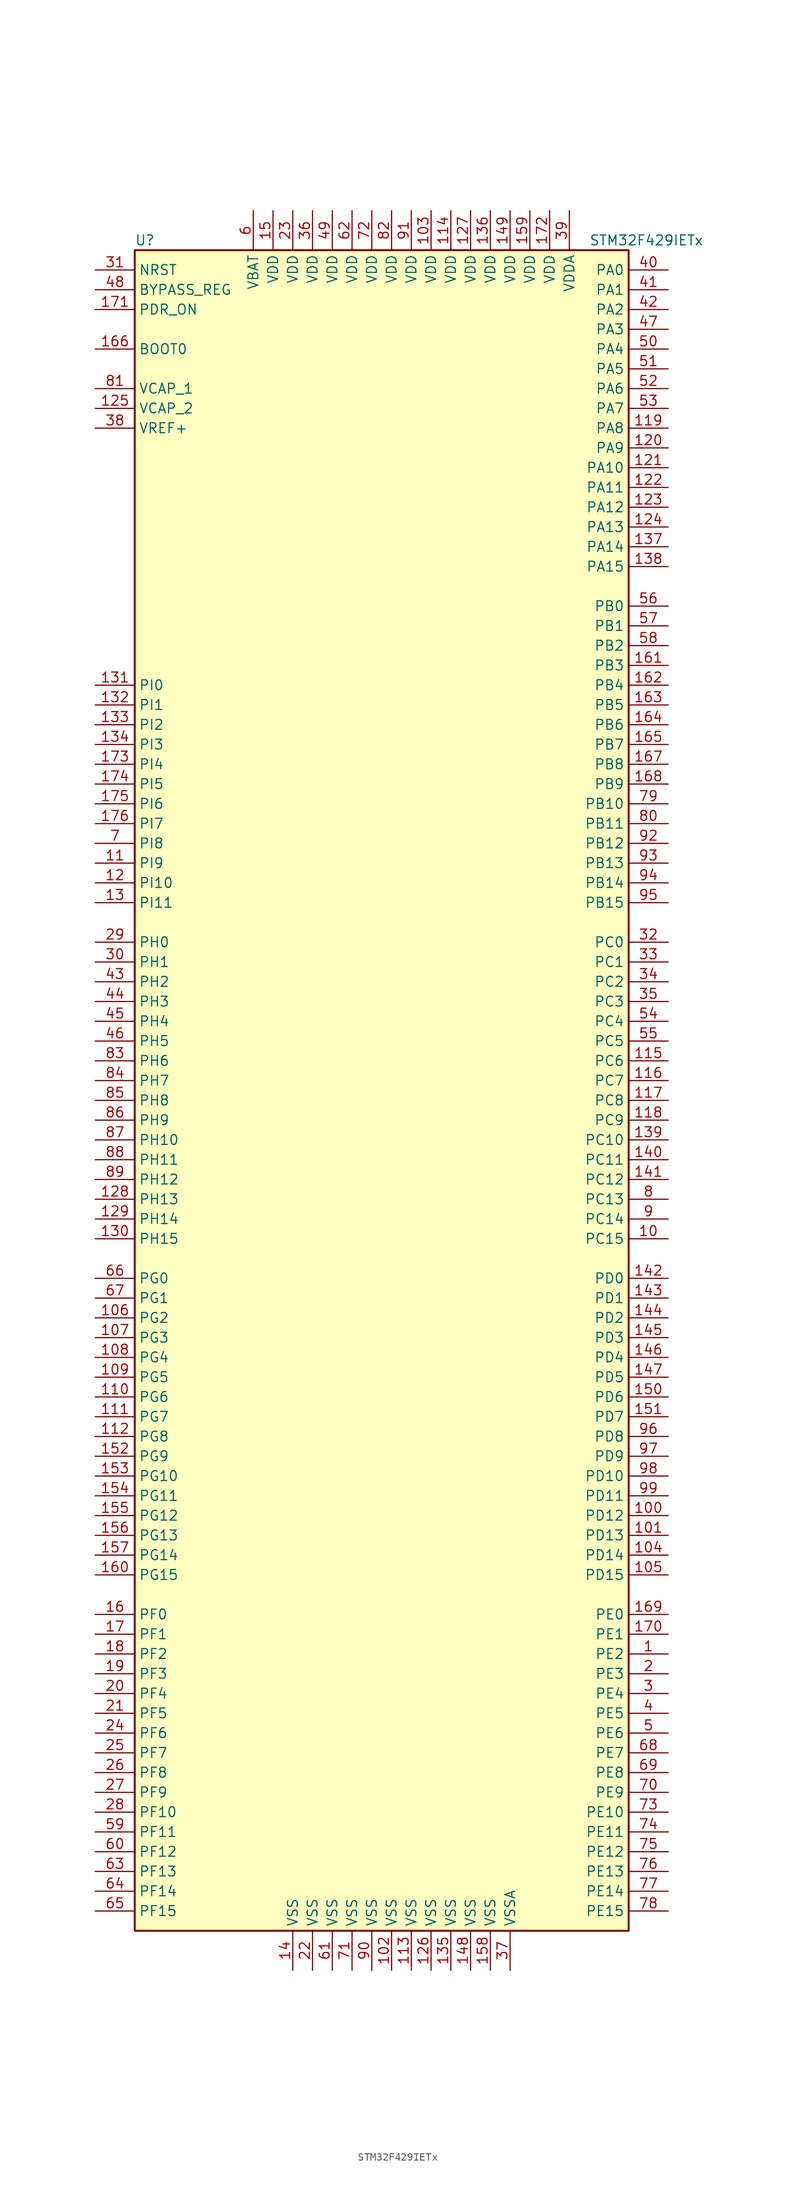
<source format=kicad_sym>
(kicad_symbol_lib
  (version 20201005)
  (generator kicad_symbol_editor)
  (symbol "STM32F429IETx"
    (property "Reference" "U"
      (at -33.02 107.95 0)
      (effects (font (size 1.27 1.27)) (justify left)))
    (property "Value" "STM32F429IETx"
      (at 25.4 107.95 0)
      (effects (font (size 1.27 1.27)) (justify left)))
    (symbol "STM32F429IETx_0_1"
      (rectangle (start -33.02 -109.22) (end 30.48 106.68) (stroke (width 0.254)) (fill (type background))))
    (symbol "STM32F429IETx_1_1"
      (pin input line (at -38.1 93.98 0) (length 5.08) (name "BOOT0" (effects (font (size 1.27 1.27)))) (number "166" (effects (font (size 1.27 1.27)))))
      (pin input line (at -38.1 101.6 0) (length 5.08) (name "BYPASS_REG" (effects (font (size 1.27 1.27)))) (number "48" (effects (font (size 1.27 1.27)))))
      (pin input line (at -38.1 104.14 0) (length 5.08) (name "NRST" (effects (font (size 1.27 1.27)))) (number "31" (effects (font (size 1.27 1.27)))))
      (pin bidirectional line (at 35.56 104.14 180) (length 5.08) (name "PA0" (effects (font (size 1.27 1.27)))) (number "40" (effects (font (size 1.27 1.27)))))
      (pin bidirectional line (at 35.56 101.6 180) (length 5.08) (name "PA1" (effects (font (size 1.27 1.27)))) (number "41" (effects (font (size 1.27 1.27)))))
      (pin bidirectional line (at 35.56 78.74 180) (length 5.08) (name "PA10" (effects (font (size 1.27 1.27)))) (number "121" (effects (font (size 1.27 1.27)))))
      (pin bidirectional line (at 35.56 76.2 180) (length 5.08) (name "PA11" (effects (font (size 1.27 1.27)))) (number "122" (effects (font (size 1.27 1.27)))))
      (pin bidirectional line (at 35.56 73.66 180) (length 5.08) (name "PA12" (effects (font (size 1.27 1.27)))) (number "123" (effects (font (size 1.27 1.27)))))
      (pin bidirectional line (at 35.56 71.12 180) (length 5.08) (name "PA13" (effects (font (size 1.27 1.27)))) (number "124" (effects (font (size 1.27 1.27)))))
      (pin bidirectional line (at 35.56 68.58 180) (length 5.08) (name "PA14" (effects (font (size 1.27 1.27)))) (number "137" (effects (font (size 1.27 1.27)))))
      (pin bidirectional line (at 35.56 66.04 180) (length 5.08) (name "PA15" (effects (font (size 1.27 1.27)))) (number "138" (effects (font (size 1.27 1.27)))))
      (pin bidirectional line (at 35.56 99.06 180) (length 5.08) (name "PA2" (effects (font (size 1.27 1.27)))) (number "42" (effects (font (size 1.27 1.27)))))
      (pin bidirectional line (at 35.56 96.52 180) (length 5.08) (name "PA3" (effects (font (size 1.27 1.27)))) (number "47" (effects (font (size 1.27 1.27)))))
      (pin bidirectional line (at 35.56 93.98 180) (length 5.08) (name "PA4" (effects (font (size 1.27 1.27)))) (number "50" (effects (font (size 1.27 1.27)))))
      (pin bidirectional line (at 35.56 91.44 180) (length 5.08) (name "PA5" (effects (font (size 1.27 1.27)))) (number "51" (effects (font (size 1.27 1.27)))))
      (pin bidirectional line (at 35.56 88.9 180) (length 5.08) (name "PA6" (effects (font (size 1.27 1.27)))) (number "52" (effects (font (size 1.27 1.27)))))
      (pin bidirectional line (at 35.56 86.36 180) (length 5.08) (name "PA7" (effects (font (size 1.27 1.27)))) (number "53" (effects (font (size 1.27 1.27)))))
      (pin bidirectional line (at 35.56 83.82 180) (length 5.08) (name "PA8" (effects (font (size 1.27 1.27)))) (number "119" (effects (font (size 1.27 1.27)))))
      (pin bidirectional line (at 35.56 81.28 180) (length 5.08) (name "PA9" (effects (font (size 1.27 1.27)))) (number "120" (effects (font (size 1.27 1.27)))))
      (pin bidirectional line (at 35.56 60.96 180) (length 5.08) (name "PB0" (effects (font (size 1.27 1.27)))) (number "56" (effects (font (size 1.27 1.27)))))
      (pin bidirectional line (at 35.56 58.42 180) (length 5.08) (name "PB1" (effects (font (size 1.27 1.27)))) (number "57" (effects (font (size 1.27 1.27)))))
      (pin bidirectional line (at 35.56 35.56 180) (length 5.08) (name "PB10" (effects (font (size 1.27 1.27)))) (number "79" (effects (font (size 1.27 1.27)))))
      (pin bidirectional line (at 35.56 33.02 180) (length 5.08) (name "PB11" (effects (font (size 1.27 1.27)))) (number "80" (effects (font (size 1.27 1.27)))))
      (pin bidirectional line (at 35.56 30.48 180) (length 5.08) (name "PB12" (effects (font (size 1.27 1.27)))) (number "92" (effects (font (size 1.27 1.27)))))
      (pin bidirectional line (at 35.56 27.94 180) (length 5.08) (name "PB13" (effects (font (size 1.27 1.27)))) (number "93" (effects (font (size 1.27 1.27)))))
      (pin bidirectional line (at 35.56 25.4 180) (length 5.08) (name "PB14" (effects (font (size 1.27 1.27)))) (number "94" (effects (font (size 1.27 1.27)))))
      (pin bidirectional line (at 35.56 22.86 180) (length 5.08) (name "PB15" (effects (font (size 1.27 1.27)))) (number "95" (effects (font (size 1.27 1.27)))))
      (pin bidirectional line (at 35.56 55.88 180) (length 5.08) (name "PB2" (effects (font (size 1.27 1.27)))) (number "58" (effects (font (size 1.27 1.27)))))
      (pin bidirectional line (at 35.56 53.34 180) (length 5.08) (name "PB3" (effects (font (size 1.27 1.27)))) (number "161" (effects (font (size 1.27 1.27)))))
      (pin bidirectional line (at 35.56 50.8 180) (length 5.08) (name "PB4" (effects (font (size 1.27 1.27)))) (number "162" (effects (font (size 1.27 1.27)))))
      (pin bidirectional line (at 35.56 48.26 180) (length 5.08) (name "PB5" (effects (font (size 1.27 1.27)))) (number "163" (effects (font (size 1.27 1.27)))))
      (pin bidirectional line (at 35.56 45.72 180) (length 5.08) (name "PB6" (effects (font (size 1.27 1.27)))) (number "164" (effects (font (size 1.27 1.27)))))
      (pin bidirectional line (at 35.56 43.18 180) (length 5.08) (name "PB7" (effects (font (size 1.27 1.27)))) (number "165" (effects (font (size 1.27 1.27)))))
      (pin bidirectional line (at 35.56 40.64 180) (length 5.08) (name "PB8" (effects (font (size 1.27 1.27)))) (number "167" (effects (font (size 1.27 1.27)))))
      (pin bidirectional line (at 35.56 38.1 180) (length 5.08) (name "PB9" (effects (font (size 1.27 1.27)))) (number "168" (effects (font (size 1.27 1.27)))))
      (pin bidirectional line (at 35.56 17.78 180) (length 5.08) (name "PC0" (effects (font (size 1.27 1.27)))) (number "32" (effects (font (size 1.27 1.27)))))
      (pin bidirectional line (at 35.56 15.24 180) (length 5.08) (name "PC1" (effects (font (size 1.27 1.27)))) (number "33" (effects (font (size 1.27 1.27)))))
      (pin bidirectional line (at 35.56 -7.62 180) (length 5.08) (name "PC10" (effects (font (size 1.27 1.27)))) (number "139" (effects (font (size 1.27 1.27)))))
      (pin bidirectional line (at 35.56 -10.16 180) (length 5.08) (name "PC11" (effects (font (size 1.27 1.27)))) (number "140" (effects (font (size 1.27 1.27)))))
      (pin bidirectional line (at 35.56 -12.7 180) (length 5.08) (name "PC12" (effects (font (size 1.27 1.27)))) (number "141" (effects (font (size 1.27 1.27)))))
      (pin bidirectional line (at 35.56 -15.24 180) (length 5.08) (name "PC13" (effects (font (size 1.27 1.27)))) (number "8" (effects (font (size 1.27 1.27)))))
      (pin bidirectional line (at 35.56 -17.78 180) (length 5.08) (name "PC14" (effects (font (size 1.27 1.27)))) (number "9" (effects (font (size 1.27 1.27)))))
      (pin bidirectional line (at 35.56 -20.32 180) (length 5.08) (name "PC15" (effects (font (size 1.27 1.27)))) (number "10" (effects (font (size 1.27 1.27)))))
      (pin bidirectional line (at 35.56 12.7 180) (length 5.08) (name "PC2" (effects (font (size 1.27 1.27)))) (number "34" (effects (font (size 1.27 1.27)))))
      (pin bidirectional line (at 35.56 10.16 180) (length 5.08) (name "PC3" (effects (font (size 1.27 1.27)))) (number "35" (effects (font (size 1.27 1.27)))))
      (pin bidirectional line (at 35.56 7.62 180) (length 5.08) (name "PC4" (effects (font (size 1.27 1.27)))) (number "54" (effects (font (size 1.27 1.27)))))
      (pin bidirectional line (at 35.56 5.08 180) (length 5.08) (name "PC5" (effects (font (size 1.27 1.27)))) (number "55" (effects (font (size 1.27 1.27)))))
      (pin bidirectional line (at 35.56 2.54 180) (length 5.08) (name "PC6" (effects (font (size 1.27 1.27)))) (number "115" (effects (font (size 1.27 1.27)))))
      (pin bidirectional line (at 35.56 0 180) (length 5.08) (name "PC7" (effects (font (size 1.27 1.27)))) (number "116" (effects (font (size 1.27 1.27)))))
      (pin bidirectional line (at 35.56 -2.54 180) (length 5.08) (name "PC8" (effects (font (size 1.27 1.27)))) (number "117" (effects (font (size 1.27 1.27)))))
      (pin bidirectional line (at 35.56 -5.08 180) (length 5.08) (name "PC9" (effects (font (size 1.27 1.27)))) (number "118" (effects (font (size 1.27 1.27)))))
      (pin bidirectional line (at 35.56 -25.4 180) (length 5.08) (name "PD0" (effects (font (size 1.27 1.27)))) (number "142" (effects (font (size 1.27 1.27)))))
      (pin bidirectional line (at 35.56 -27.94 180) (length 5.08) (name "PD1" (effects (font (size 1.27 1.27)))) (number "143" (effects (font (size 1.27 1.27)))))
      (pin bidirectional line (at 35.56 -50.8 180) (length 5.08) (name "PD10" (effects (font (size 1.27 1.27)))) (number "98" (effects (font (size 1.27 1.27)))))
      (pin bidirectional line (at 35.56 -53.34 180) (length 5.08) (name "PD11" (effects (font (size 1.27 1.27)))) (number "99" (effects (font (size 1.27 1.27)))))
      (pin bidirectional line (at 35.56 -55.88 180) (length 5.08) (name "PD12" (effects (font (size 1.27 1.27)))) (number "100" (effects (font (size 1.27 1.27)))))
      (pin bidirectional line (at 35.56 -58.42 180) (length 5.08) (name "PD13" (effects (font (size 1.27 1.27)))) (number "101" (effects (font (size 1.27 1.27)))))
      (pin bidirectional line (at 35.56 -60.96 180) (length 5.08) (name "PD14" (effects (font (size 1.27 1.27)))) (number "104" (effects (font (size 1.27 1.27)))))
      (pin bidirectional line (at 35.56 -63.5 180) (length 5.08) (name "PD15" (effects (font (size 1.27 1.27)))) (number "105" (effects (font (size 1.27 1.27)))))
      (pin bidirectional line (at 35.56 -30.48 180) (length 5.08) (name "PD2" (effects (font (size 1.27 1.27)))) (number "144" (effects (font (size 1.27 1.27)))))
      (pin bidirectional line (at 35.56 -33.02 180) (length 5.08) (name "PD3" (effects (font (size 1.27 1.27)))) (number "145" (effects (font (size 1.27 1.27)))))
      (pin bidirectional line (at 35.56 -35.56 180) (length 5.08) (name "PD4" (effects (font (size 1.27 1.27)))) (number "146" (effects (font (size 1.27 1.27)))))
      (pin bidirectional line (at 35.56 -38.1 180) (length 5.08) (name "PD5" (effects (font (size 1.27 1.27)))) (number "147" (effects (font (size 1.27 1.27)))))
      (pin bidirectional line (at 35.56 -40.64 180) (length 5.08) (name "PD6" (effects (font (size 1.27 1.27)))) (number "150" (effects (font (size 1.27 1.27)))))
      (pin bidirectional line (at 35.56 -43.18 180) (length 5.08) (name "PD7" (effects (font (size 1.27 1.27)))) (number "151" (effects (font (size 1.27 1.27)))))
      (pin bidirectional line (at 35.56 -45.72 180) (length 5.08) (name "PD8" (effects (font (size 1.27 1.27)))) (number "96" (effects (font (size 1.27 1.27)))))
      (pin bidirectional line (at 35.56 -48.26 180) (length 5.08) (name "PD9" (effects (font (size 1.27 1.27)))) (number "97" (effects (font (size 1.27 1.27)))))
      (pin input line (at -38.1 99.06 0) (length 5.08) (name "PDR_ON" (effects (font (size 1.27 1.27)))) (number "171" (effects (font (size 1.27 1.27)))))
      (pin bidirectional line (at 35.56 -68.58 180) (length 5.08) (name "PE0" (effects (font (size 1.27 1.27)))) (number "169" (effects (font (size 1.27 1.27)))))
      (pin bidirectional line (at 35.56 -71.12 180) (length 5.08) (name "PE1" (effects (font (size 1.27 1.27)))) (number "170" (effects (font (size 1.27 1.27)))))
      (pin bidirectional line (at 35.56 -93.98 180) (length 5.08) (name "PE10" (effects (font (size 1.27 1.27)))) (number "73" (effects (font (size 1.27 1.27)))))
      (pin bidirectional line (at 35.56 -96.52 180) (length 5.08) (name "PE11" (effects (font (size 1.27 1.27)))) (number "74" (effects (font (size 1.27 1.27)))))
      (pin bidirectional line (at 35.56 -99.06 180) (length 5.08) (name "PE12" (effects (font (size 1.27 1.27)))) (number "75" (effects (font (size 1.27 1.27)))))
      (pin bidirectional line (at 35.56 -101.6 180) (length 5.08) (name "PE13" (effects (font (size 1.27 1.27)))) (number "76" (effects (font (size 1.27 1.27)))))
      (pin bidirectional line (at 35.56 -104.14 180) (length 5.08) (name "PE14" (effects (font (size 1.27 1.27)))) (number "77" (effects (font (size 1.27 1.27)))))
      (pin bidirectional line (at 35.56 -106.68 180) (length 5.08) (name "PE15" (effects (font (size 1.27 1.27)))) (number "78" (effects (font (size 1.27 1.27)))))
      (pin bidirectional line (at 35.56 -73.66 180) (length 5.08) (name "PE2" (effects (font (size 1.27 1.27)))) (number "1" (effects (font (size 1.27 1.27)))))
      (pin bidirectional line (at 35.56 -76.2 180) (length 5.08) (name "PE3" (effects (font (size 1.27 1.27)))) (number "2" (effects (font (size 1.27 1.27)))))
      (pin bidirectional line (at 35.56 -78.74 180) (length 5.08) (name "PE4" (effects (font (size 1.27 1.27)))) (number "3" (effects (font (size 1.27 1.27)))))
      (pin bidirectional line (at 35.56 -81.28 180) (length 5.08) (name "PE5" (effects (font (size 1.27 1.27)))) (number "4" (effects (font (size 1.27 1.27)))))
      (pin bidirectional line (at 35.56 -83.82 180) (length 5.08) (name "PE6" (effects (font (size 1.27 1.27)))) (number "5" (effects (font (size 1.27 1.27)))))
      (pin bidirectional line (at 35.56 -86.36 180) (length 5.08) (name "PE7" (effects (font (size 1.27 1.27)))) (number "68" (effects (font (size 1.27 1.27)))))
      (pin bidirectional line (at 35.56 -88.9 180) (length 5.08) (name "PE8" (effects (font (size 1.27 1.27)))) (number "69" (effects (font (size 1.27 1.27)))))
      (pin bidirectional line (at 35.56 -91.44 180) (length 5.08) (name "PE9" (effects (font (size 1.27 1.27)))) (number "70" (effects (font (size 1.27 1.27)))))
      (pin bidirectional line (at -38.1 -68.58 0) (length 5.08) (name "PF0" (effects (font (size 1.27 1.27)))) (number "16" (effects (font (size 1.27 1.27)))))
      (pin bidirectional line (at -38.1 -71.12 0) (length 5.08) (name "PF1" (effects (font (size 1.27 1.27)))) (number "17" (effects (font (size 1.27 1.27)))))
      (pin bidirectional line (at -38.1 -93.98 0) (length 5.08) (name "PF10" (effects (font (size 1.27 1.27)))) (number "28" (effects (font (size 1.27 1.27)))))
      (pin bidirectional line (at -38.1 -96.52 0) (length 5.08) (name "PF11" (effects (font (size 1.27 1.27)))) (number "59" (effects (font (size 1.27 1.27)))))
      (pin bidirectional line (at -38.1 -99.06 0) (length 5.08) (name "PF12" (effects (font (size 1.27 1.27)))) (number "60" (effects (font (size 1.27 1.27)))))
      (pin bidirectional line (at -38.1 -101.6 0) (length 5.08) (name "PF13" (effects (font (size 1.27 1.27)))) (number "63" (effects (font (size 1.27 1.27)))))
      (pin bidirectional line (at -38.1 -104.14 0) (length 5.08) (name "PF14" (effects (font (size 1.27 1.27)))) (number "64" (effects (font (size 1.27 1.27)))))
      (pin bidirectional line (at -38.1 -106.68 0) (length 5.08) (name "PF15" (effects (font (size 1.27 1.27)))) (number "65" (effects (font (size 1.27 1.27)))))
      (pin bidirectional line (at -38.1 -73.66 0) (length 5.08) (name "PF2" (effects (font (size 1.27 1.27)))) (number "18" (effects (font (size 1.27 1.27)))))
      (pin bidirectional line (at -38.1 -76.2 0) (length 5.08) (name "PF3" (effects (font (size 1.27 1.27)))) (number "19" (effects (font (size 1.27 1.27)))))
      (pin bidirectional line (at -38.1 -78.74 0) (length 5.08) (name "PF4" (effects (font (size 1.27 1.27)))) (number "20" (effects (font (size 1.27 1.27)))))
      (pin bidirectional line (at -38.1 -81.28 0) (length 5.08) (name "PF5" (effects (font (size 1.27 1.27)))) (number "21" (effects (font (size 1.27 1.27)))))
      (pin bidirectional line (at -38.1 -83.82 0) (length 5.08) (name "PF6" (effects (font (size 1.27 1.27)))) (number "24" (effects (font (size 1.27 1.27)))))
      (pin bidirectional line (at -38.1 -86.36 0) (length 5.08) (name "PF7" (effects (font (size 1.27 1.27)))) (number "25" (effects (font (size 1.27 1.27)))))
      (pin bidirectional line (at -38.1 -88.9 0) (length 5.08) (name "PF8" (effects (font (size 1.27 1.27)))) (number "26" (effects (font (size 1.27 1.27)))))
      (pin bidirectional line (at -38.1 -91.44 0) (length 5.08) (name "PF9" (effects (font (size 1.27 1.27)))) (number "27" (effects (font (size 1.27 1.27)))))
      (pin bidirectional line (at -38.1 -25.4 0) (length 5.08) (name "PG0" (effects (font (size 1.27 1.27)))) (number "66" (effects (font (size 1.27 1.27)))))
      (pin bidirectional line (at -38.1 -27.94 0) (length 5.08) (name "PG1" (effects (font (size 1.27 1.27)))) (number "67" (effects (font (size 1.27 1.27)))))
      (pin bidirectional line (at -38.1 -50.8 0) (length 5.08) (name "PG10" (effects (font (size 1.27 1.27)))) (number "153" (effects (font (size 1.27 1.27)))))
      (pin bidirectional line (at -38.1 -53.34 0) (length 5.08) (name "PG11" (effects (font (size 1.27 1.27)))) (number "154" (effects (font (size 1.27 1.27)))))
      (pin bidirectional line (at -38.1 -55.88 0) (length 5.08) (name "PG12" (effects (font (size 1.27 1.27)))) (number "155" (effects (font (size 1.27 1.27)))))
      (pin bidirectional line (at -38.1 -58.42 0) (length 5.08) (name "PG13" (effects (font (size 1.27 1.27)))) (number "156" (effects (font (size 1.27 1.27)))))
      (pin bidirectional line (at -38.1 -60.96 0) (length 5.08) (name "PG14" (effects (font (size 1.27 1.27)))) (number "157" (effects (font (size 1.27 1.27)))))
      (pin bidirectional line (at -38.1 -63.5 0) (length 5.08) (name "PG15" (effects (font (size 1.27 1.27)))) (number "160" (effects (font (size 1.27 1.27)))))
      (pin bidirectional line (at -38.1 -30.48 0) (length 5.08) (name "PG2" (effects (font (size 1.27 1.27)))) (number "106" (effects (font (size 1.27 1.27)))))
      (pin bidirectional line (at -38.1 -33.02 0) (length 5.08) (name "PG3" (effects (font (size 1.27 1.27)))) (number "107" (effects (font (size 1.27 1.27)))))
      (pin bidirectional line (at -38.1 -35.56 0) (length 5.08) (name "PG4" (effects (font (size 1.27 1.27)))) (number "108" (effects (font (size 1.27 1.27)))))
      (pin bidirectional line (at -38.1 -38.1 0) (length 5.08) (name "PG5" (effects (font (size 1.27 1.27)))) (number "109" (effects (font (size 1.27 1.27)))))
      (pin bidirectional line (at -38.1 -40.64 0) (length 5.08) (name "PG6" (effects (font (size 1.27 1.27)))) (number "110" (effects (font (size 1.27 1.27)))))
      (pin bidirectional line (at -38.1 -43.18 0) (length 5.08) (name "PG7" (effects (font (size 1.27 1.27)))) (number "111" (effects (font (size 1.27 1.27)))))
      (pin bidirectional line (at -38.1 -45.72 0) (length 5.08) (name "PG8" (effects (font (size 1.27 1.27)))) (number "112" (effects (font (size 1.27 1.27)))))
      (pin bidirectional line (at -38.1 -48.26 0) (length 5.08) (name "PG9" (effects (font (size 1.27 1.27)))) (number "152" (effects (font (size 1.27 1.27)))))
      (pin input line (at -38.1 17.78 0) (length 5.08) (name "PH0" (effects (font (size 1.27 1.27)))) (number "29" (effects (font (size 1.27 1.27)))))
      (pin input line (at -38.1 15.24 0) (length 5.08) (name "PH1" (effects (font (size 1.27 1.27)))) (number "30" (effects (font (size 1.27 1.27)))))
      (pin bidirectional line (at -38.1 -7.62 0) (length 5.08) (name "PH10" (effects (font (size 1.27 1.27)))) (number "87" (effects (font (size 1.27 1.27)))))
      (pin bidirectional line (at -38.1 -10.16 0) (length 5.08) (name "PH11" (effects (font (size 1.27 1.27)))) (number "88" (effects (font (size 1.27 1.27)))))
      (pin bidirectional line (at -38.1 -12.7 0) (length 5.08) (name "PH12" (effects (font (size 1.27 1.27)))) (number "89" (effects (font (size 1.27 1.27)))))
      (pin bidirectional line (at -38.1 -15.24 0) (length 5.08) (name "PH13" (effects (font (size 1.27 1.27)))) (number "128" (effects (font (size 1.27 1.27)))))
      (pin bidirectional line (at -38.1 -17.78 0) (length 5.08) (name "PH14" (effects (font (size 1.27 1.27)))) (number "129" (effects (font (size 1.27 1.27)))))
      (pin bidirectional line (at -38.1 -20.32 0) (length 5.08) (name "PH15" (effects (font (size 1.27 1.27)))) (number "130" (effects (font (size 1.27 1.27)))))
      (pin bidirectional line (at -38.1 12.7 0) (length 5.08) (name "PH2" (effects (font (size 1.27 1.27)))) (number "43" (effects (font (size 1.27 1.27)))))
      (pin bidirectional line (at -38.1 10.16 0) (length 5.08) (name "PH3" (effects (font (size 1.27 1.27)))) (number "44" (effects (font (size 1.27 1.27)))))
      (pin bidirectional line (at -38.1 7.62 0) (length 5.08) (name "PH4" (effects (font (size 1.27 1.27)))) (number "45" (effects (font (size 1.27 1.27)))))
      (pin bidirectional line (at -38.1 5.08 0) (length 5.08) (name "PH5" (effects (font (size 1.27 1.27)))) (number "46" (effects (font (size 1.27 1.27)))))
      (pin bidirectional line (at -38.1 2.54 0) (length 5.08) (name "PH6" (effects (font (size 1.27 1.27)))) (number "83" (effects (font (size 1.27 1.27)))))
      (pin bidirectional line (at -38.1 0 0) (length 5.08) (name "PH7" (effects (font (size 1.27 1.27)))) (number "84" (effects (font (size 1.27 1.27)))))
      (pin bidirectional line (at -38.1 -2.54 0) (length 5.08) (name "PH8" (effects (font (size 1.27 1.27)))) (number "85" (effects (font (size 1.27 1.27)))))
      (pin bidirectional line (at -38.1 -5.08 0) (length 5.08) (name "PH9" (effects (font (size 1.27 1.27)))) (number "86" (effects (font (size 1.27 1.27)))))
      (pin bidirectional line (at -38.1 50.8 0) (length 5.08) (name "PI0" (effects (font (size 1.27 1.27)))) (number "131" (effects (font (size 1.27 1.27)))))
      (pin bidirectional line (at -38.1 48.26 0) (length 5.08) (name "PI1" (effects (font (size 1.27 1.27)))) (number "132" (effects (font (size 1.27 1.27)))))
      (pin bidirectional line (at -38.1 25.4 0) (length 5.08) (name "PI10" (effects (font (size 1.27 1.27)))) (number "12" (effects (font (size 1.27 1.27)))))
      (pin bidirectional line (at -38.1 22.86 0) (length 5.08) (name "PI11" (effects (font (size 1.27 1.27)))) (number "13" (effects (font (size 1.27 1.27)))))
      (pin bidirectional line (at -38.1 45.72 0) (length 5.08) (name "PI2" (effects (font (size 1.27 1.27)))) (number "133" (effects (font (size 1.27 1.27)))))
      (pin bidirectional line (at -38.1 43.18 0) (length 5.08) (name "PI3" (effects (font (size 1.27 1.27)))) (number "134" (effects (font (size 1.27 1.27)))))
      (pin bidirectional line (at -38.1 40.64 0) (length 5.08) (name "PI4" (effects (font (size 1.27 1.27)))) (number "173" (effects (font (size 1.27 1.27)))))
      (pin bidirectional line (at -38.1 38.1 0) (length 5.08) (name "PI5" (effects (font (size 1.27 1.27)))) (number "174" (effects (font (size 1.27 1.27)))))
      (pin bidirectional line (at -38.1 35.56 0) (length 5.08) (name "PI6" (effects (font (size 1.27 1.27)))) (number "175" (effects (font (size 1.27 1.27)))))
      (pin bidirectional line (at -38.1 33.02 0) (length 5.08) (name "PI7" (effects (font (size 1.27 1.27)))) (number "176" (effects (font (size 1.27 1.27)))))
      (pin bidirectional line (at -38.1 30.48 0) (length 5.08) (name "PI8" (effects (font (size 1.27 1.27)))) (number "7" (effects (font (size 1.27 1.27)))))
      (pin bidirectional line (at -38.1 27.94 0) (length 5.08) (name "PI9" (effects (font (size 1.27 1.27)))) (number "11" (effects (font (size 1.27 1.27)))))
      (pin power_in line (at -17.78 111.76 270) (length 5.08) (name "VBAT" (effects (font (size 1.27 1.27)))) (number "6" (effects (font (size 1.27 1.27)))))
      (pin power_in line (at -38.1 88.9 0) (length 5.08) (name "VCAP_1" (effects (font (size 1.27 1.27)))) (number "81" (effects (font (size 1.27 1.27)))))
      (pin power_in line (at -38.1 86.36 0) (length 5.08) (name "VCAP_2" (effects (font (size 1.27 1.27)))) (number "125" (effects (font (size 1.27 1.27)))))
      (pin power_in line (at 5.08 111.76 270) (length 5.08) (name "VDD" (effects (font (size 1.27 1.27)))) (number "103" (effects (font (size 1.27 1.27)))))
      (pin power_in line (at 7.62 111.76 270) (length 5.08) (name "VDD" (effects (font (size 1.27 1.27)))) (number "114" (effects (font (size 1.27 1.27)))))
      (pin power_in line (at 10.16 111.76 270) (length 5.08) (name "VDD" (effects (font (size 1.27 1.27)))) (number "127" (effects (font (size 1.27 1.27)))))
      (pin power_in line (at 12.7 111.76 270) (length 5.08) (name "VDD" (effects (font (size 1.27 1.27)))) (number "136" (effects (font (size 1.27 1.27)))))
      (pin power_in line (at 15.24 111.76 270) (length 5.08) (name "VDD" (effects (font (size 1.27 1.27)))) (number "149" (effects (font (size 1.27 1.27)))))
      (pin power_in line (at -15.24 111.76 270) (length 5.08) (name "VDD" (effects (font (size 1.27 1.27)))) (number "15" (effects (font (size 1.27 1.27)))))
      (pin power_in line (at 17.78 111.76 270) (length 5.08) (name "VDD" (effects (font (size 1.27 1.27)))) (number "159" (effects (font (size 1.27 1.27)))))
      (pin power_in line (at 20.32 111.76 270) (length 5.08) (name "VDD" (effects (font (size 1.27 1.27)))) (number "172" (effects (font (size 1.27 1.27)))))
      (pin power_in line (at -12.7 111.76 270) (length 5.08) (name "VDD" (effects (font (size 1.27 1.27)))) (number "23" (effects (font (size 1.27 1.27)))))
      (pin power_in line (at -10.16 111.76 270) (length 5.08) (name "VDD" (effects (font (size 1.27 1.27)))) (number "36" (effects (font (size 1.27 1.27)))))
      (pin power_in line (at -7.62 111.76 270) (length 5.08) (name "VDD" (effects (font (size 1.27 1.27)))) (number "49" (effects (font (size 1.27 1.27)))))
      (pin power_in line (at -5.08 111.76 270) (length 5.08) (name "VDD" (effects (font (size 1.27 1.27)))) (number "62" (effects (font (size 1.27 1.27)))))
      (pin power_in line (at -2.54 111.76 270) (length 5.08) (name "VDD" (effects (font (size 1.27 1.27)))) (number "72" (effects (font (size 1.27 1.27)))))
      (pin power_in line (at 0 111.76 270) (length 5.08) (name "VDD" (effects (font (size 1.27 1.27)))) (number "82" (effects (font (size 1.27 1.27)))))
      (pin power_in line (at 2.54 111.76 270) (length 5.08) (name "VDD" (effects (font (size 1.27 1.27)))) (number "91" (effects (font (size 1.27 1.27)))))
      (pin power_in line (at 22.86 111.76 270) (length 5.08) (name "VDDA" (effects (font (size 1.27 1.27)))) (number "39" (effects (font (size 1.27 1.27)))))
      (pin power_in line (at -38.1 83.82 0) (length 5.08) (name "VREF+" (effects (font (size 1.27 1.27)))) (number "38" (effects (font (size 1.27 1.27)))))
      (pin power_in line (at 0 -114.3 90) (length 5.08) (name "VSS" (effects (font (size 1.27 1.27)))) (number "102" (effects (font (size 1.27 1.27)))))
      (pin power_in line (at 2.54 -114.3 90) (length 5.08) (name "VSS" (effects (font (size 1.27 1.27)))) (number "113" (effects (font (size 1.27 1.27)))))
      (pin power_in line (at 5.08 -114.3 90) (length 5.08) (name "VSS" (effects (font (size 1.27 1.27)))) (number "126" (effects (font (size 1.27 1.27)))))
      (pin power_in line (at 7.62 -114.3 90) (length 5.08) (name "VSS" (effects (font (size 1.27 1.27)))) (number "135" (effects (font (size 1.27 1.27)))))
      (pin power_in line (at -12.7 -114.3 90) (length 5.08) (name "VSS" (effects (font (size 1.27 1.27)))) (number "14" (effects (font (size 1.27 1.27)))))
      (pin power_in line (at 10.16 -114.3 90) (length 5.08) (name "VSS" (effects (font (size 1.27 1.27)))) (number "148" (effects (font (size 1.27 1.27)))))
      (pin power_in line (at 12.7 -114.3 90) (length 5.08) (name "VSS" (effects (font (size 1.27 1.27)))) (number "158" (effects (font (size 1.27 1.27)))))
      (pin power_in line (at -10.16 -114.3 90) (length 5.08) (name "VSS" (effects (font (size 1.27 1.27)))) (number "22" (effects (font (size 1.27 1.27)))))
      (pin power_in line (at -7.62 -114.3 90) (length 5.08) (name "VSS" (effects (font (size 1.27 1.27)))) (number "61" (effects (font (size 1.27 1.27)))))
      (pin power_in line (at -5.08 -114.3 90) (length 5.08) (name "VSS" (effects (font (size 1.27 1.27)))) (number "71" (effects (font (size 1.27 1.27)))))
      (pin power_in line (at -2.54 -114.3 90) (length 5.08) (name "VSS" (effects (font (size 1.27 1.27)))) (number "90" (effects (font (size 1.27 1.27)))))
      (pin power_in line (at 15.24 -114.3 90) (length 5.08) (name "VSSA" (effects (font (size 1.27 1.27)))) (number "37" (effects (font (size 1.27 1.27))))))))
</source>
